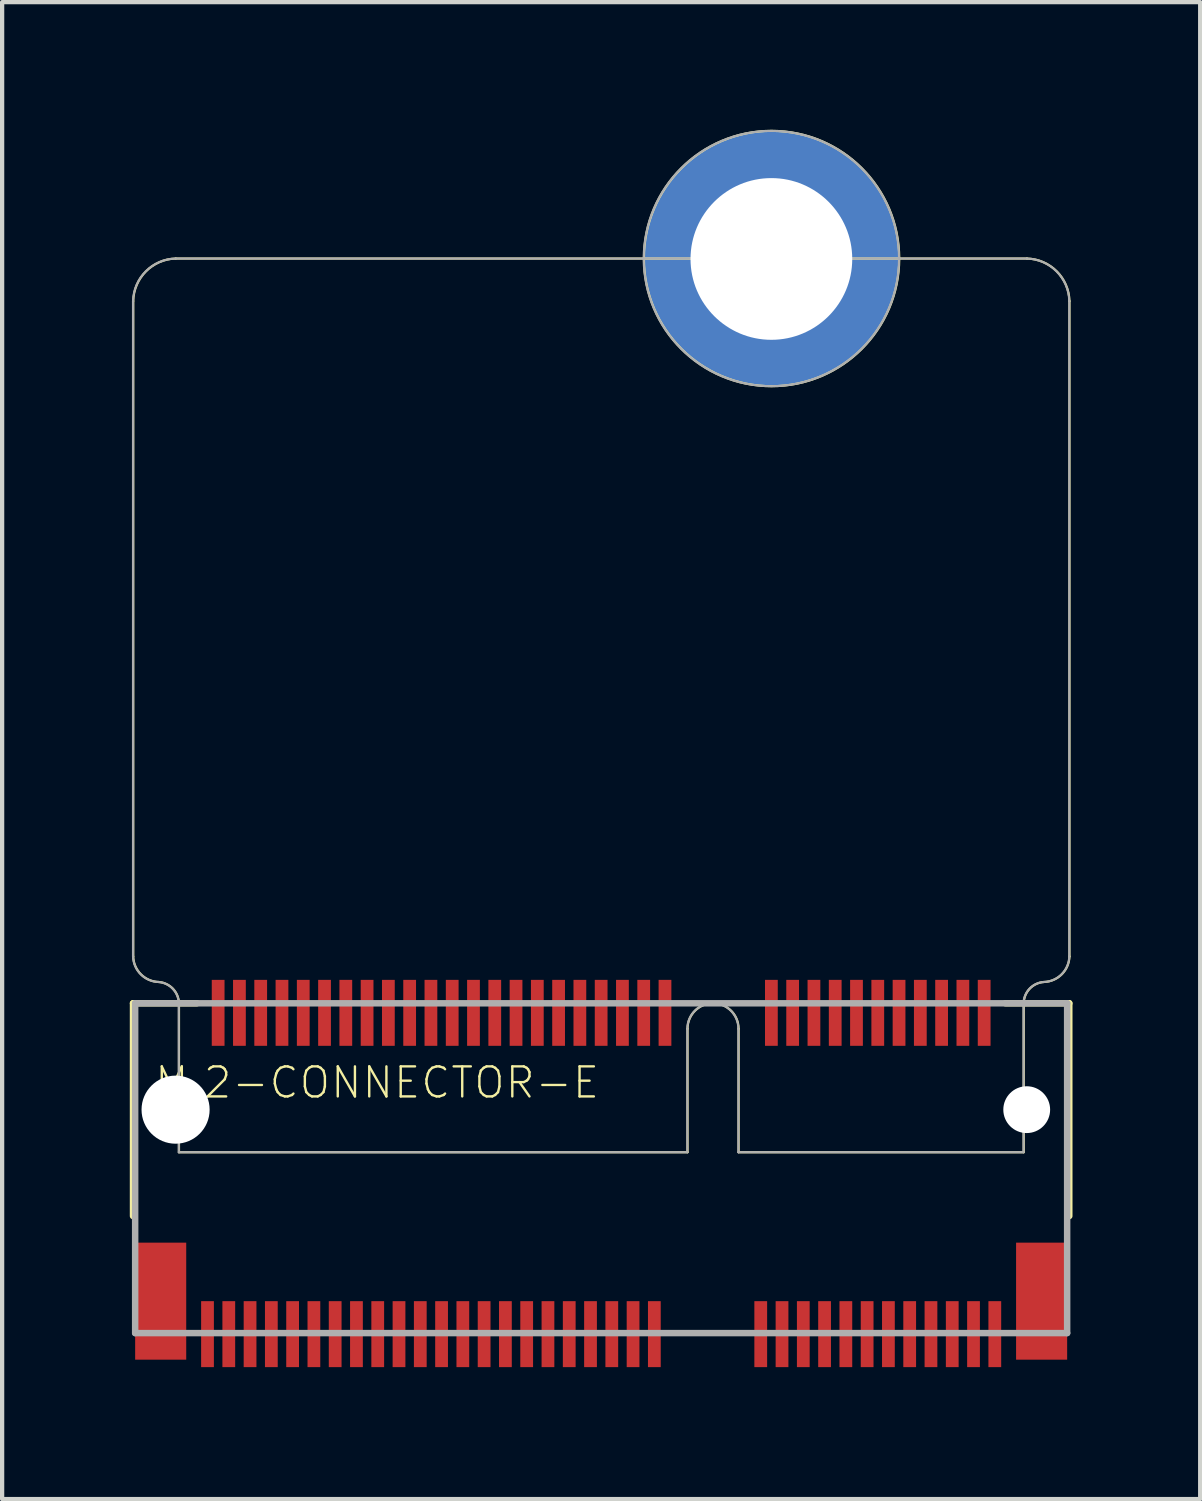
<source format=kicad_pcb>
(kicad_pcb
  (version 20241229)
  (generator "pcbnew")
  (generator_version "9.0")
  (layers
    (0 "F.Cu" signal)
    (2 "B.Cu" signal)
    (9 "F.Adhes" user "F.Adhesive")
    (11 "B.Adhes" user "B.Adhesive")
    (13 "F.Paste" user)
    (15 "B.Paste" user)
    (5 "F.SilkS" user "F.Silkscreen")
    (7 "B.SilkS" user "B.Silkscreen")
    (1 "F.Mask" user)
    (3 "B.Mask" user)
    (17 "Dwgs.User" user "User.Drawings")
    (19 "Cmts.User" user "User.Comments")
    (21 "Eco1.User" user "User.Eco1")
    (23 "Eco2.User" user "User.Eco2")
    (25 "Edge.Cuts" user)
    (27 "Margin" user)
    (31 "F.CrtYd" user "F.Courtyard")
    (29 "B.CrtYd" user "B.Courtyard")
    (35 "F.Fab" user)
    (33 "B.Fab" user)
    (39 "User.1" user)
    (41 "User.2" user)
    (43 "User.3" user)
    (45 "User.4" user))
  (footprint "M.2-CONNECTOR-E"
    (layer "F.Cu")
    (at 11.076 23.025)
    (property "Reference" "M.2-CONNECTOR-E" (at 0 -0.635 180) (layer "F.SilkS") (effects (font (size 0.706 0.706) (thickness 0.056)) (justify right)))
    (fp_line (start -11 2.5) (end -11 -2.5) (stroke (width 0.152) (type solid)) (layer "F.SilkS"))
    (fp_line (start -10.995 -19) (end -10.995 -3.6) (stroke (width 0.051) (type solid)) (layer "F.SilkS"))
    (fp_line (start -9.92 1) (end -9.92 -2.5) (stroke (width 0.051) (type solid)) (layer "F.SilkS"))
    (fp_line (start -9.5 -2.5) (end -11 -2.5) (stroke (width 0.152) (type solid)) (layer "F.SilkS"))
    (fp_line (start 2.03 -1.9) (end 2.03 1) (stroke (width 0.051) (type solid)) (layer "F.SilkS"))
    (fp_line (start 2.03 1) (end -9.92 1) (stroke (width 0.051) (type solid)) (layer "F.SilkS"))
    (fp_line (start 3.23 -1.9) (end 3.23 1) (stroke (width 0.051) (type solid)) (layer "F.SilkS"))
    (fp_line (start 9.93 -2.5) (end 9.93 1) (stroke (width 0.051) (type solid)) (layer "F.SilkS"))
    (fp_line (start 9.93 1) (end 3.23 1) (stroke (width 0.051) (type solid)) (layer "F.SilkS"))
    (fp_line (start 10.005 -20) (end -9.995 -20) (stroke (width 0.051) (type solid)) (layer "F.SilkS"))
    (fp_line (start 11 -2.5) (end 9.5 -2.5) (stroke (width 0.152) (type solid)) (layer "F.SilkS"))
    (fp_line (start 11 2.5) (end 11 -2.5) (stroke (width 0.152) (type solid)) (layer "F.SilkS"))
    (fp_line (start 11.005 -19) (end 11.005 -3.6) (stroke (width 0.05) (type solid)) (layer "F.SilkS"))
    (fp_arc (start -10.995 -19) (mid -10.694986 -19.699986) (end -9.995 -20) (stroke (width 0.05) (type solid)) (layer "F.SilkS"))
    (fp_arc (start -10.395001 -2.999999) (mid -10.814385 -3.180615) (end -10.995 -3.6) (stroke (width 0.05) (type solid)) (layer "F.SilkS"))
    (fp_arc (start -10.395 -3) (mid -10.061785 -2.84093) (end -9.92 -2.5) (stroke (width 0.0508) (type solid)) (layer "F.SilkS"))
    (fp_arc (start 2.03 -1.9) (mid 2.63 -2.5) (end 3.23 -1.9) (stroke (width 0.0508) (type solid)) (layer "F.SilkS"))
    (fp_arc (start 9.93 -2.5) (mid 10.070406 -2.84224) (end 10.405 -3) (stroke (width 0.0508) (type solid)) (layer "F.SilkS"))
    (fp_arc (start 10.005 -20) (mid 10.704986 -19.699986) (end 11.005 -19) (stroke (width 0.05) (type solid)) (layer "F.SilkS"))
    (fp_arc (start 11.004999 -3.599999) (mid 10.824384 -3.180615) (end 10.405 -3) (stroke (width 0.05) (type solid)) (layer "F.SilkS"))
    (fp_circle (center 4.005 -20) (end 7.005 -20) (stroke (width 0.05) (type solid)) (fill no) (layer "F.SilkS"))
    (fp_poly (pts (xy -9.4 6.15) (xy -9.1 6.15) (xy -9.1 4.4) (xy -9.4 4.4)) (stroke (width 0) (type solid)) (fill yes) (layer "F.Paste"))
    (fp_poly (pts (xy -9.15 -1.4) (xy -8.85 -1.4) (xy -8.85 -3.15) (xy -9.15 -3.15)) (stroke (width 0) (type solid)) (fill yes) (layer "F.Paste"))
    (fp_poly (pts (xy -8.9 6.15) (xy -8.6 6.15) (xy -8.6 4.4) (xy -8.9 4.4)) (stroke (width 0) (type solid)) (fill yes) (layer "F.Paste"))
    (fp_poly (pts (xy -8.65 -1.4) (xy -8.35 -1.4) (xy -8.35 -3.15) (xy -8.65 -3.15)) (stroke (width 0) (type solid)) (fill yes) (layer "F.Paste"))
    (fp_poly (pts (xy -8.4 6.15) (xy -8.1 6.15) (xy -8.1 4.4) (xy -8.4 4.4)) (stroke (width 0) (type solid)) (fill yes) (layer "F.Paste"))
    (fp_poly (pts (xy -8.15 -1.4) (xy -7.85 -1.4) (xy -7.85 -3.15) (xy -8.15 -3.15)) (stroke (width 0) (type solid)) (fill yes) (layer "F.Paste"))
    (fp_poly (pts (xy -7.9 6.15) (xy -7.6 6.15) (xy -7.6 4.4) (xy -7.9 4.4)) (stroke (width 0) (type solid)) (fill yes) (layer "F.Paste"))
    (fp_poly (pts (xy -7.65 -1.4) (xy -7.35 -1.4) (xy -7.35 -3.15) (xy -7.65 -3.15)) (stroke (width 0) (type solid)) (fill yes) (layer "F.Paste"))
    (fp_poly (pts (xy -7.4 6.15) (xy -7.1 6.15) (xy -7.1 4.4) (xy -7.4 4.4)) (stroke (width 0) (type solid)) (fill yes) (layer "F.Paste"))
    (fp_poly (pts (xy -7.15 -1.4) (xy -6.85 -1.4) (xy -6.85 -3.15) (xy -7.15 -3.15)) (stroke (width 0) (type solid)) (fill yes) (layer "F.Paste"))
    (fp_poly (pts (xy -6.9 6.15) (xy -6.6 6.15) (xy -6.6 4.4) (xy -6.9 4.4)) (stroke (width 0) (type solid)) (fill yes) (layer "F.Paste"))
    (fp_poly (pts (xy -6.65 -1.4) (xy -6.35 -1.4) (xy -6.35 -3.15) (xy -6.65 -3.15)) (stroke (width 0) (type solid)) (fill yes) (layer "F.Paste"))
    (fp_poly (pts (xy -6.4 6.15) (xy -6.1 6.15) (xy -6.1 4.4) (xy -6.4 4.4)) (stroke (width 0) (type solid)) (fill yes) (layer "F.Paste"))
    (fp_poly (pts (xy -6.15 -1.4) (xy -5.85 -1.4) (xy -5.85 -3.15) (xy -6.15 -3.15)) (stroke (width 0) (type solid)) (fill yes) (layer "F.Paste"))
    (fp_poly (pts (xy -5.9 6.15) (xy -5.6 6.15) (xy -5.6 4.4) (xy -5.9 4.4)) (stroke (width 0) (type solid)) (fill yes) (layer "F.Paste"))
    (fp_poly (pts (xy -5.65 -1.4) (xy -5.35 -1.4) (xy -5.35 -3.15) (xy -5.65 -3.15)) (stroke (width 0) (type solid)) (fill yes) (layer "F.Paste"))
    (fp_poly (pts (xy -5.4 6.15) (xy -5.1 6.15) (xy -5.1 4.4) (xy -5.4 4.4)) (stroke (width 0) (type solid)) (fill yes) (layer "F.Paste"))
    (fp_poly (pts (xy -5.15 -1.4) (xy -4.85 -1.4) (xy -4.85 -3.15) (xy -5.15 -3.15)) (stroke (width 0) (type solid)) (fill yes) (layer "F.Paste"))
    (fp_poly (pts (xy -4.9 6.15) (xy -4.6 6.15) (xy -4.6 4.4) (xy -4.9 4.4)) (stroke (width 0) (type solid)) (fill yes) (layer "F.Paste"))
    (fp_poly (pts (xy -4.65 -1.4) (xy -4.35 -1.4) (xy -4.35 -3.15) (xy -4.65 -3.15)) (stroke (width 0) (type solid)) (fill yes) (layer "F.Paste"))
    (fp_poly (pts (xy -4.4 6.15) (xy -4.1 6.15) (xy -4.1 4.4) (xy -4.4 4.4)) (stroke (width 0) (type solid)) (fill yes) (layer "F.Paste"))
    (fp_poly (pts (xy -4.15 -1.4) (xy -3.85 -1.4) (xy -3.85 -3.15) (xy -4.15 -3.15)) (stroke (width 0) (type solid)) (fill yes) (layer "F.Paste"))
    (fp_poly (pts (xy -3.9 6.15) (xy -3.6 6.15) (xy -3.6 4.4) (xy -3.9 4.4)) (stroke (width 0) (type solid)) (fill yes) (layer "F.Paste"))
    (fp_poly (pts (xy -3.65 -1.4) (xy -3.35 -1.4) (xy -3.35 -3.15) (xy -3.65 -3.15)) (stroke (width 0) (type solid)) (fill yes) (layer "F.Paste"))
    (fp_poly (pts (xy -3.4 6.15) (xy -3.1 6.15) (xy -3.1 4.4) (xy -3.4 4.4)) (stroke (width 0) (type solid)) (fill yes) (layer "F.Paste"))
    (fp_poly (pts (xy -3.15 -1.4) (xy -2.85 -1.4) (xy -2.85 -3.15) (xy -3.15 -3.15)) (stroke (width 0) (type solid)) (fill yes) (layer "F.Paste"))
    (fp_poly (pts (xy -2.9 6.15) (xy -2.6 6.15) (xy -2.6 4.4) (xy -2.9 4.4)) (stroke (width 0) (type solid)) (fill yes) (layer "F.Paste"))
    (fp_poly (pts (xy -2.65 -1.4) (xy -2.35 -1.4) (xy -2.35 -3.15) (xy -2.65 -3.15)) (stroke (width 0) (type solid)) (fill yes) (layer "F.Paste"))
    (fp_poly (pts (xy -2.4 6.15) (xy -2.1 6.15) (xy -2.1 4.4) (xy -2.4 4.4)) (stroke (width 0) (type solid)) (fill yes) (layer "F.Paste"))
    (fp_poly (pts (xy -2.15 -1.4) (xy -1.85 -1.4) (xy -1.85 -3.15) (xy -2.15 -3.15)) (stroke (width 0) (type solid)) (fill yes) (layer "F.Paste"))
    (fp_poly (pts (xy -1.9 6.15) (xy -1.6 6.15) (xy -1.6 4.4) (xy -1.9 4.4)) (stroke (width 0) (type solid)) (fill yes) (layer "F.Paste"))
    (fp_poly (pts (xy -1.65 -1.4) (xy -1.35 -1.4) (xy -1.35 -3.15) (xy -1.65 -3.15)) (stroke (width 0) (type solid)) (fill yes) (layer "F.Paste"))
    (fp_poly (pts (xy -1.4 6.15) (xy -1.1 6.15) (xy -1.1 4.4) (xy -1.4 4.4)) (stroke (width 0) (type solid)) (fill yes) (layer "F.Paste"))
    (fp_poly (pts (xy -1.15 -1.4) (xy -0.85 -1.4) (xy -0.85 -3.15) (xy -1.15 -3.15)) (stroke (width 0) (type solid)) (fill yes) (layer "F.Paste"))
    (fp_poly (pts (xy -0.9 6.15) (xy -0.6 6.15) (xy -0.6 4.4) (xy -0.9 4.4)) (stroke (width 0) (type solid)) (fill yes) (layer "F.Paste"))
    (fp_poly (pts (xy -0.65 -1.4) (xy -0.35 -1.4) (xy -0.35 -3.15) (xy -0.65 -3.15)) (stroke (width 0) (type solid)) (fill yes) (layer "F.Paste"))
    (fp_poly (pts (xy -0.4 6.15) (xy -0.1 6.15) (xy -0.1 4.4) (xy -0.4 4.4)) (stroke (width 0) (type solid)) (fill yes) (layer "F.Paste"))
    (fp_poly (pts (xy -0.15 -1.4) (xy 0.15 -1.4) (xy 0.15 -3.15) (xy -0.15 -3.15)) (stroke (width 0) (type solid)) (fill yes) (layer "F.Paste"))
    (fp_poly (pts (xy 0.1 6.15) (xy 0.4 6.15) (xy 0.4 4.4) (xy 0.1 4.4)) (stroke (width 0) (type solid)) (fill yes) (layer "F.Paste"))
    (fp_poly (pts (xy 0.35 -1.4) (xy 0.65 -1.4) (xy 0.65 -3.15) (xy 0.35 -3.15)) (stroke (width 0) (type solid)) (fill yes) (layer "F.Paste"))
    (fp_poly (pts (xy 0.6 6.15) (xy 0.9 6.15) (xy 0.9 4.4) (xy 0.6 4.4)) (stroke (width 0) (type solid)) (fill yes) (layer "F.Paste"))
    (fp_poly (pts (xy 0.85 -1.4) (xy 1.15 -1.4) (xy 1.15 -3.15) (xy 0.85 -3.15)) (stroke (width 0) (type solid)) (fill yes) (layer "F.Paste"))
    (fp_poly (pts (xy 1.1 6.15) (xy 1.4 6.15) (xy 1.4 4.4) (xy 1.1 4.4)) (stroke (width 0) (type solid)) (fill yes) (layer "F.Paste"))
    (fp_poly (pts (xy 1.35 -1.4) (xy 1.65 -1.4) (xy 1.65 -3.15) (xy 1.35 -3.15)) (stroke (width 0) (type solid)) (fill yes) (layer "F.Paste"))
    (fp_poly (pts (xy 3.6 6.15) (xy 3.9 6.15) (xy 3.9 4.4) (xy 3.6 4.4)) (stroke (width 0) (type solid)) (fill yes) (layer "F.Paste"))
    (fp_poly (pts (xy 3.85 -1.4) (xy 4.15 -1.4) (xy 4.15 -3.15) (xy 3.85 -3.15)) (stroke (width 0) (type solid)) (fill yes) (layer "F.Paste"))
    (fp_poly (pts (xy 4.1 6.15) (xy 4.4 6.15) (xy 4.4 4.4) (xy 4.1 4.4)) (stroke (width 0) (type solid)) (fill yes) (layer "F.Paste"))
    (fp_poly (pts (xy 4.35 -1.4) (xy 4.65 -1.4) (xy 4.65 -3.15) (xy 4.35 -3.15)) (stroke (width 0) (type solid)) (fill yes) (layer "F.Paste"))
    (fp_poly (pts (xy 4.6 6.15) (xy 4.9 6.15) (xy 4.9 4.4) (xy 4.6 4.4)) (stroke (width 0) (type solid)) (fill yes) (layer "F.Paste"))
    (fp_poly (pts (xy 4.85 -1.4) (xy 5.15 -1.4) (xy 5.15 -3.15) (xy 4.85 -3.15)) (stroke (width 0) (type solid)) (fill yes) (layer "F.Paste"))
    (fp_poly (pts (xy 5.1 6.15) (xy 5.4 6.15) (xy 5.4 4.4) (xy 5.1 4.4)) (stroke (width 0) (type solid)) (fill yes) (layer "F.Paste"))
    (fp_poly (pts (xy 5.35 -1.4) (xy 5.65 -1.4) (xy 5.65 -3.15) (xy 5.35 -3.15)) (stroke (width 0) (type solid)) (fill yes) (layer "F.Paste"))
    (fp_poly (pts (xy 5.6 6.15) (xy 5.9 6.15) (xy 5.9 4.4) (xy 5.6 4.4)) (stroke (width 0) (type solid)) (fill yes) (layer "F.Paste"))
    (fp_poly (pts (xy 5.85 -1.4) (xy 6.15 -1.4) (xy 6.15 -3.15) (xy 5.85 -3.15)) (stroke (width 0) (type solid)) (fill yes) (layer "F.Paste"))
    (fp_poly (pts (xy 6.1 6.15) (xy 6.4 6.15) (xy 6.4 4.4) (xy 6.1 4.4)) (stroke (width 0) (type solid)) (fill yes) (layer "F.Paste"))
    (fp_poly (pts (xy 6.35 -1.4) (xy 6.65 -1.4) (xy 6.65 -3.15) (xy 6.35 -3.15)) (stroke (width 0) (type solid)) (fill yes) (layer "F.Paste"))
    (fp_poly (pts (xy 6.6 6.15) (xy 6.9 6.15) (xy 6.9 4.4) (xy 6.6 4.4)) (stroke (width 0) (type solid)) (fill yes) (layer "F.Paste"))
    (fp_poly (pts (xy 6.85 -1.4) (xy 7.15 -1.4) (xy 7.15 -3.15) (xy 6.85 -3.15)) (stroke (width 0) (type solid)) (fill yes) (layer "F.Paste"))
    (fp_poly (pts (xy 7.1 6.15) (xy 7.4 6.15) (xy 7.4 4.4) (xy 7.1 4.4)) (stroke (width 0) (type solid)) (fill yes) (layer "F.Paste"))
    (fp_poly (pts (xy 7.35 -1.4) (xy 7.65 -1.4) (xy 7.65 -3.15) (xy 7.35 -3.15)) (stroke (width 0) (type solid)) (fill yes) (layer "F.Paste"))
    (fp_poly (pts (xy 7.6 6.15) (xy 7.9 6.15) (xy 7.9 4.4) (xy 7.6 4.4)) (stroke (width 0) (type solid)) (fill yes) (layer "F.Paste"))
    (fp_poly (pts (xy 7.85 -1.4) (xy 8.15 -1.4) (xy 8.15 -3.15) (xy 7.85 -3.15)) (stroke (width 0) (type solid)) (fill yes) (layer "F.Paste"))
    (fp_poly (pts (xy 8.1 6.15) (xy 8.4 6.15) (xy 8.4 4.4) (xy 8.1 4.4)) (stroke (width 0) (type solid)) (fill yes) (layer "F.Paste"))
    (fp_poly (pts (xy 8.35 -1.4) (xy 8.65 -1.4) (xy 8.65 -3.15) (xy 8.35 -3.15)) (stroke (width 0) (type solid)) (fill yes) (layer "F.Paste"))
    (fp_poly (pts (xy 8.6 6.15) (xy 8.9 6.15) (xy 8.9 4.4) (xy 8.6 4.4)) (stroke (width 0) (type solid)) (fill yes) (layer "F.Paste"))
    (fp_poly (pts (xy 8.85 -1.4) (xy 9.15 -1.4) (xy 9.15 -3.15) (xy 8.85 -3.15)) (stroke (width 0) (type solid)) (fill yes) (layer "F.Paste"))
    (fp_poly (pts (xy 9.1 6.15) (xy 9.4 6.15) (xy 9.4 4.4) (xy 9.1 4.4)) (stroke (width 0) (type solid)) (fill yes) (layer "F.Paste"))
    (fp_line (start -11 -19) (end -11 -3.6) (stroke (width 0.051) (type solid)) (layer "F.Fab"))
    (fp_line (start -10.95 -2.5) (end -10.95 5.25) (stroke (width 0.152) (type solid)) (layer "F.Fab"))
    (fp_line (start -10.95 5.25) (end 10.95 5.25) (stroke (width 0.152) (type solid)) (layer "F.Fab"))
    (fp_line (start -9.925 1) (end -9.925 -2.5) (stroke (width 0.051) (type solid)) (layer "F.Fab"))
    (fp_line (start 2.025 -1.9) (end 2.025 1) (stroke (width 0.051) (type solid)) (layer "F.Fab"))
    (fp_line (start 2.025 1) (end -9.925 1) (stroke (width 0.051) (type solid)) (layer "F.Fab"))
    (fp_line (start 3.225 -1.9) (end 3.225 1) (stroke (width 0.051) (type solid)) (layer "F.Fab"))
    (fp_line (start 9.925 -2.5) (end 9.925 1) (stroke (width 0.051) (type solid)) (layer "F.Fab"))
    (fp_line (start 9.925 1) (end 3.225 1) (stroke (width 0.051) (type solid)) (layer "F.Fab"))
    (fp_line (start 10 -20) (end -10 -20) (stroke (width 0.051) (type solid)) (layer "F.Fab"))
    (fp_line (start 10.95 -2.5) (end -10.95 -2.5) (stroke (width 0.152) (type solid)) (layer "F.Fab"))
    (fp_line (start 10.95 5.25) (end 10.95 -2.5) (stroke (width 0.152) (type solid)) (layer "F.Fab"))
    (fp_line (start 11 -19) (end 11 -3.6) (stroke (width 0.05) (type solid)) (layer "F.Fab"))
    (fp_arc (start -11 -19) (mid -10.7 -19.7) (end -10 -20) (stroke (width 0.05) (type solid)) (layer "F.Fab"))
    (fp_arc (start -10.400001 -2.999999) (mid -10.819362 -3.180638) (end -11 -3.6) (stroke (width 0.05) (type solid)) (layer "F.Fab"))
    (fp_arc (start -10.4 -3) (mid -10.066759 -2.840954) (end -9.925 -2.5) (stroke (width 0.0508) (type solid)) (layer "F.Fab"))
    (fp_arc (start 2.025 -1.9) (mid 2.625 -2.5) (end 3.225 -1.9) (stroke (width 0.0508) (type solid)) (layer "F.Fab"))
    (fp_arc (start 9.925 -2.5) (mid 10.065344 -2.842298) (end 10.4 -3) (stroke (width 0.0508) (type solid)) (layer "F.Fab"))
    (fp_arc (start 10 -20) (mid 10.7 -19.7) (end 11 -19) (stroke (width 0.05) (type solid)) (layer "F.Fab"))
    (fp_arc (start 10.999999 -3.599999) (mid 10.819361 -3.180638) (end 10.4 -3) (stroke (width 0.05) (type solid)) (layer "F.Fab"))
    (fp_circle (center 4 -20) (end 7 -20) (stroke (width 0.05) (type solid)) (fill no) (layer "F.Fab"))
    (pad "" np_thru_hole circle (at -10 0) (size 1.6 1.6) (drill 1.6) (layers "*.Cu" "*.Mask"))
    (pad "" np_thru_hole circle (at 10 0) (size 1.1 1.1) (drill 1.1) (layers "*.Cu" "*.Mask"))
    (pad "1" smd rect (at 9.25 5.275 180) (size 0.3 1.55) (layers "F.Cu" "F.Mask"))
    (pad "2" smd rect (at 9 -2.275 180) (size 0.3 1.55) (layers "F.Cu" "F.Mask"))
    (pad "3" smd rect (at 8.75 5.275 180) (size 0.3 1.55) (layers "F.Cu" "F.Mask"))
    (pad "4" smd rect (at 8.5 -2.275 180) (size 0.3 1.55) (layers "F.Cu" "F.Mask"))
    (pad "5" smd rect (at 8.25 5.275 180) (size 0.3 1.55) (layers "F.Cu" "F.Mask"))
    (pad "6" smd rect (at 8 -2.275 180) (size 0.3 1.55) (layers "F.Cu" "F.Mask"))
    (pad "7" smd rect (at 7.75 5.275 180) (size 0.3 1.55) (layers "F.Cu" "F.Mask"))
    (pad "8" smd rect (at 7.5 -2.275 180) (size 0.3 1.55) (layers "F.Cu" "F.Mask"))
    (pad "9" smd rect (at 7.25 5.275 180) (size 0.3 1.55) (layers "F.Cu" "F.Mask"))
    (pad "10" smd rect (at 7 -2.275 180) (size 0.3 1.55) (layers "F.Cu" "F.Mask"))
    (pad "11" smd rect (at 6.75 5.275 180) (size 0.3 1.55) (layers "F.Cu" "F.Mask"))
    (pad "12" smd rect (at 6.5 -2.275 180) (size 0.3 1.55) (layers "F.Cu" "F.Mask"))
    (pad "13" smd rect (at 6.25 5.275 180) (size 0.3 1.55) (layers "F.Cu" "F.Mask"))
    (pad "14" smd rect (at 6 -2.275 180) (size 0.3 1.55) (layers "F.Cu" "F.Mask"))
    (pad "15" smd rect (at 5.75 5.275 180) (size 0.3 1.55) (layers "F.Cu" "F.Mask"))
    (pad "16" smd rect (at 5.5 -2.275 180) (size 0.3 1.55) (layers "F.Cu" "F.Mask"))
    (pad "17" smd rect (at 5.25 5.275 180) (size 0.3 1.55) (layers "F.Cu" "F.Mask"))
    (pad "18" smd rect (at 5 -2.275 180) (size 0.3 1.55) (layers "F.Cu" "F.Mask"))
    (pad "19" smd rect (at 4.75 5.275 180) (size 0.3 1.55) (layers "F.Cu" "F.Mask"))
    (pad "20" smd rect (at 4.5 -2.275 180) (size 0.3 1.55) (layers "F.Cu" "F.Mask"))
    (pad "21" smd rect (at 4.25 5.275 180) (size 0.3 1.55) (layers "F.Cu" "F.Mask"))
    (pad "22" smd rect (at 4 -2.275 180) (size 0.3 1.55) (layers "F.Cu" "F.Mask"))
    (pad "23" smd rect (at 3.75 5.275 180) (size 0.3 1.55) (layers "F.Cu" "F.Mask"))
    (pad "32" smd rect (at 1.5 -2.275 180) (size 0.3 1.55) (layers "F.Cu" "F.Mask"))
    (pad "33" smd rect (at 1.25 5.275 180) (size 0.3 1.55) (layers "F.Cu" "F.Mask"))
    (pad "33" thru_hole circle (at 4 -19.99) (size 6 6) (drill 3.8) (layers "*.Cu" "*.Mask"))
    (pad "34" smd rect (at 1 -2.275 180) (size 0.3 1.55) (layers "F.Cu" "F.Mask"))
    (pad "35" smd rect (at 0.75 5.275 180) (size 0.3 1.55) (layers "F.Cu" "F.Mask"))
    (pad "36" smd rect (at 0.5 -2.275 180) (size 0.3 1.55) (layers "F.Cu" "F.Mask"))
    (pad "37" smd rect (at 0.25 5.275 180) (size 0.3 1.55) (layers "F.Cu" "F.Mask"))
    (pad "38" smd rect (at 0 -2.275 180) (size 0.3 1.55) (layers "F.Cu" "F.Mask"))
    (pad "39" smd rect (at -0.25 5.275 180) (size 0.3 1.55) (layers "F.Cu" "F.Mask"))
    (pad "40" smd rect (at -0.5 -2.275 180) (size 0.3 1.55) (layers "F.Cu" "F.Mask"))
    (pad "41" smd rect (at -0.75 5.275 180) (size 0.3 1.55) (layers "F.Cu" "F.Mask"))
    (pad "42" smd rect (at -1 -2.275 180) (size 0.3 1.55) (layers "F.Cu" "F.Mask"))
    (pad "43" smd rect (at -1.25 5.275 180) (size 0.3 1.55) (layers "F.Cu" "F.Mask"))
    (pad "44" smd rect (at -1.5 -2.275 180) (size 0.3 1.55) (layers "F.Cu" "F.Mask"))
    (pad "45" smd rect (at -1.75 5.275 180) (size 0.3 1.55) (layers "F.Cu" "F.Mask"))
    (pad "46" smd rect (at -2 -2.275 180) (size 0.3 1.55) (layers "F.Cu" "F.Mask"))
    (pad "47" smd rect (at -2.25 5.275 180) (size 0.3 1.55) (layers "F.Cu" "F.Mask"))
    (pad "48" smd rect (at -2.5 -2.275 180) (size 0.3 1.55) (layers "F.Cu" "F.Mask"))
    (pad "49" smd rect (at -2.75 5.275 180) (size 0.3 1.55) (layers "F.Cu" "F.Mask"))
    (pad "50" smd rect (at -3 -2.275 180) (size 0.3 1.55) (layers "F.Cu" "F.Mask"))
    (pad "51" smd rect (at -3.25 5.275 180) (size 0.3 1.55) (layers "F.Cu" "F.Mask"))
    (pad "52" smd rect (at -3.5 -2.275 180) (size 0.3 1.55) (layers "F.Cu" "F.Mask"))
    (pad "53" smd rect (at -3.75 5.275 180) (size 0.3 1.55) (layers "F.Cu" "F.Mask"))
    (pad "54" smd rect (at -4 -2.275 180) (size 0.3 1.55) (layers "F.Cu" "F.Mask"))
    (pad "55" smd rect (at -4.25 5.275 180) (size 0.3 1.55) (layers "F.Cu" "F.Mask"))
    (pad "56" smd rect (at -4.5 -2.275 180) (size 0.3 1.55) (layers "F.Cu" "F.Mask"))
    (pad "57" smd rect (at -4.75 5.275 180) (size 0.3 1.55) (layers "F.Cu" "F.Mask"))
    (pad "58" smd rect (at -5 -2.275 180) (size 0.3 1.55) (layers "F.Cu" "F.Mask"))
    (pad "59" smd rect (at -5.25 5.275 180) (size 0.3 1.55) (layers "F.Cu" "F.Mask"))
    (pad "60" smd rect (at -5.5 -2.275 180) (size 0.3 1.55) (layers "F.Cu" "F.Mask"))
    (pad "61" smd rect (at -5.75 5.275 180) (size 0.3 1.55) (layers "F.Cu" "F.Mask"))
    (pad "62" smd rect (at -6 -2.275 180) (size 0.3 1.55) (layers "F.Cu" "F.Mask"))
    (pad "63" smd rect (at -6.25 5.275 180) (size 0.3 1.55) (layers "F.Cu" "F.Mask"))
    (pad "64" smd rect (at -6.5 -2.275 180) (size 0.3 1.55) (layers "F.Cu" "F.Mask"))
    (pad "65" smd rect (at -6.75 5.275 180) (size 0.3 1.55) (layers "F.Cu" "F.Mask"))
    (pad "66" smd rect (at -7 -2.275 180) (size 0.3 1.55) (layers "F.Cu" "F.Mask"))
    (pad "67" smd rect (at -7.25 5.275 180) (size 0.3 1.55) (layers "F.Cu" "F.Mask"))
    (pad "68" smd rect (at -7.5 -2.275 180) (size 0.3 1.55) (layers "F.Cu" "F.Mask"))
    (pad "69" smd rect (at -7.75 5.275 180) (size 0.3 1.55) (layers "F.Cu" "F.Mask"))
    (pad "70" smd rect (at -8 -2.275 180) (size 0.3 1.55) (layers "F.Cu" "F.Mask"))
    (pad "71" smd rect (at -8.25 5.275 180) (size 0.3 1.55) (layers "F.Cu" "F.Mask"))
    (pad "72" smd rect (at -8.5 -2.275 180) (size 0.3 1.55) (layers "F.Cu" "F.Mask"))
    (pad "73" smd rect (at -8.75 5.275 180) (size 0.3 1.55) (layers "F.Cu" "F.Mask"))
    (pad "74" smd rect (at -9 -2.275 180) (size 0.3 1.55) (layers "F.Cu" "F.Mask"))
    (pad "75" smd rect (at -9.25 5.275 180) (size 0.3 1.55) (layers "F.Cu" "F.Mask"))
    (pad "A1" smd rect (at 10.35 4.5 180) (size 1.2 2.75) (layers "F.Cu" "F.Mask" "F.Paste"))
    (pad "A2" smd rect (at -10.35 4.5 180) (size 1.2 2.75) (layers "F.Cu" "F.Mask" "F.Paste")))
  (gr_rect
    (start -3 -3)
    (end 25.152 32.175)
    (stroke (width 0.1) (type default))
    (fill no)
    (layer "Edge.Cuts")))
</source>
